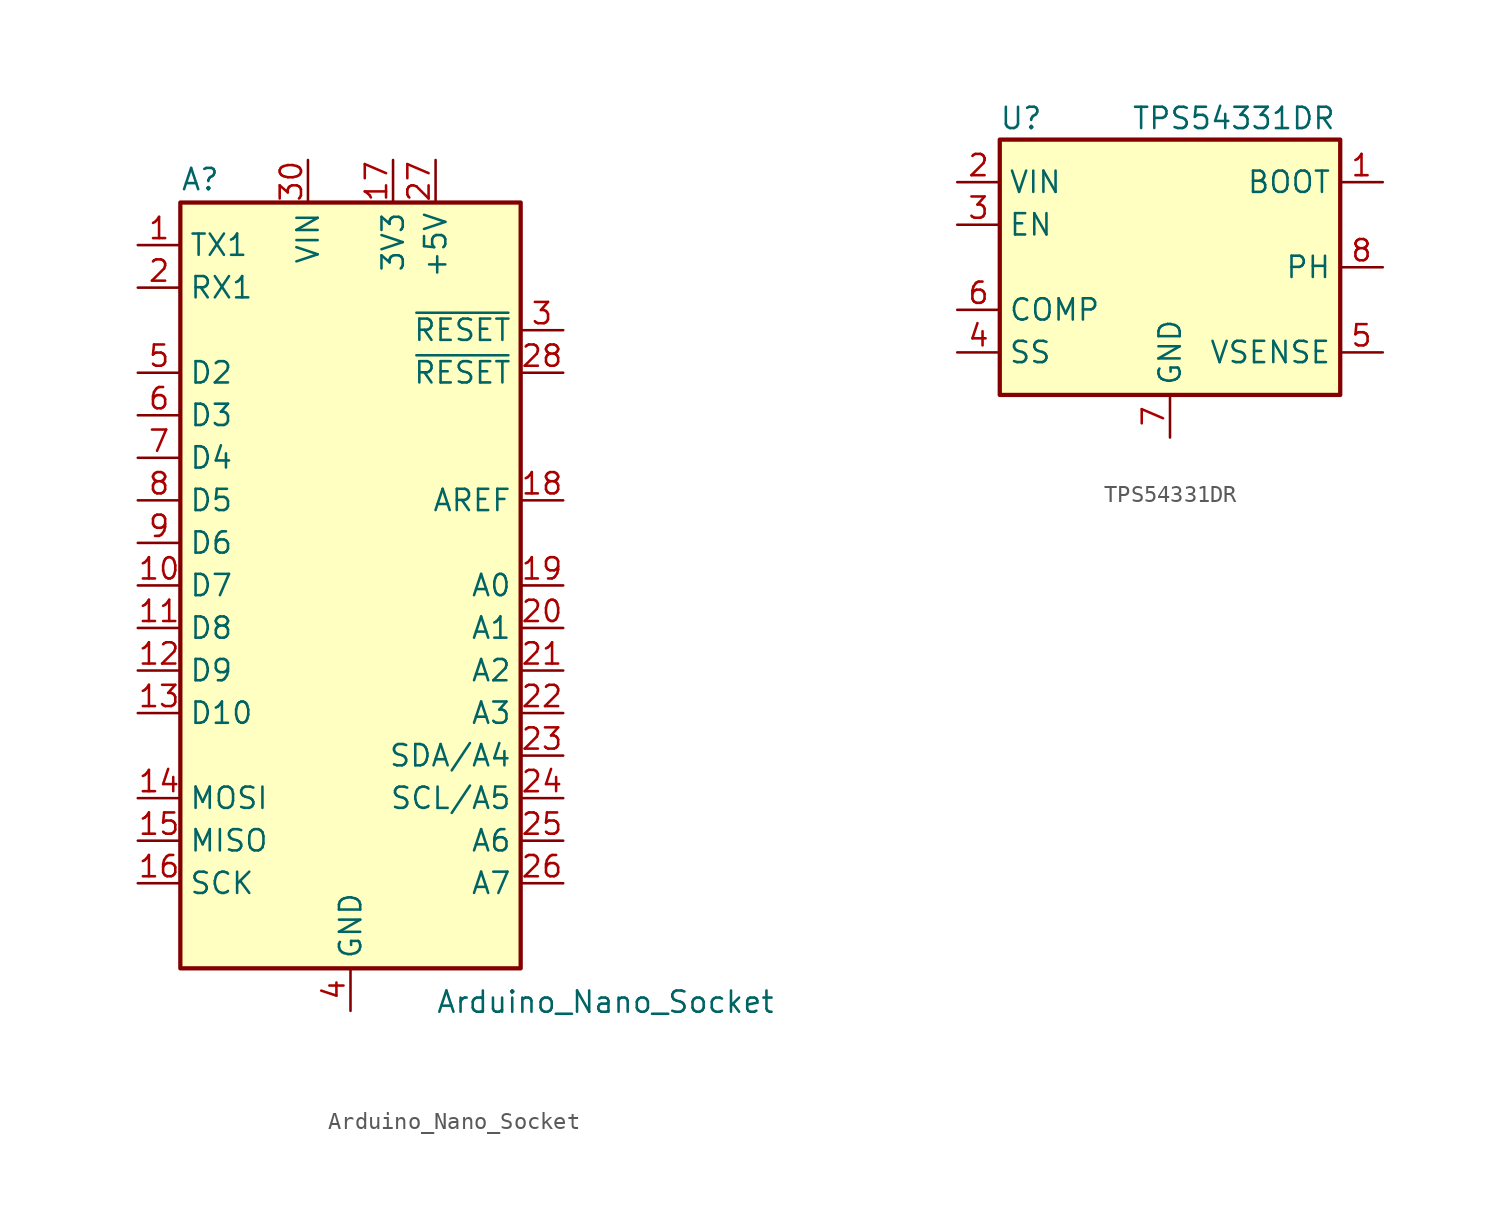
<source format=kicad_sym>
(kicad_symbol_lib
  (version 20211014)
  (generator kicad_symbol_editor)
  (symbol "Arduino_Nano_Socket"
    (property "Reference" "A"
      (at -10.16 23.495 0)
      (effects (font (size 1.27 1.27)) (justify left bottom)))
    (property "Value" "Arduino_Nano_Socket"
      (at 5.08 -24.13 0)
      (effects (font (size 1.27 1.27)) (justify left top)))
    (symbol "Arduino_Nano_Socket_0_1"
      (rectangle (start -10.16 22.86) (end 10.16 -22.86) (stroke (width 0.254) (type default) (color 0 0 0 0)) (fill (type background))))
    (symbol "Arduino_Nano_Socket_1_1"
      (pin bidirectional line (at -12.7 20.32 0) (length 2.54) (name "TX1" (effects (font (size 1.27 1.27)))) (number "1" (effects (font (size 1.27 1.27)))))
      (pin bidirectional line (at -12.7 0 0) (length 2.54) (name "D7" (effects (font (size 1.27 1.27)))) (number "10" (effects (font (size 1.27 1.27)))))
      (pin bidirectional line (at -12.7 -2.54 0) (length 2.54) (name "D8" (effects (font (size 1.27 1.27)))) (number "11" (effects (font (size 1.27 1.27)))))
      (pin bidirectional line (at -12.7 -5.08 0) (length 2.54) (name "D9" (effects (font (size 1.27 1.27)))) (number "12" (effects (font (size 1.27 1.27)))))
      (pin bidirectional line (at -12.7 -7.62 0) (length 2.54) (name "D10" (effects (font (size 1.27 1.27)))) (number "13" (effects (font (size 1.27 1.27)))))
      (pin bidirectional line (at -12.7 -12.7 0) (length 2.54) (name "MOSI" (effects (font (size 1.27 1.27)))) (number "14" (effects (font (size 1.27 1.27)))))
      (pin bidirectional line (at -12.7 -15.24 0) (length 2.54) (name "MISO" (effects (font (size 1.27 1.27)))) (number "15" (effects (font (size 1.27 1.27)))))
      (pin bidirectional line (at -12.7 -17.78 0) (length 2.54) (name "SCK" (effects (font (size 1.27 1.27)))) (number "16" (effects (font (size 1.27 1.27)))))
      (pin power_in line (at 2.54 25.4 270) (length 2.54) (name "3V3" (effects (font (size 1.27 1.27)))) (number "17" (effects (font (size 1.27 1.27)))))
      (pin input line (at 12.7 5.08 180) (length 2.54) (name "AREF" (effects (font (size 1.27 1.27)))) (number "18" (effects (font (size 1.27 1.27)))))
      (pin bidirectional line (at 12.7 0 180) (length 2.54) (name "A0" (effects (font (size 1.27 1.27)))) (number "19" (effects (font (size 1.27 1.27)))))
      (pin bidirectional line (at -12.7 17.78 0) (length 2.54) (name "RX1" (effects (font (size 1.27 1.27)))) (number "2" (effects (font (size 1.27 1.27)))))
      (pin bidirectional line (at 12.7 -2.54 180) (length 2.54) (name "A1" (effects (font (size 1.27 1.27)))) (number "20" (effects (font (size 1.27 1.27)))))
      (pin bidirectional line (at 12.7 -5.08 180) (length 2.54) (name "A2" (effects (font (size 1.27 1.27)))) (number "21" (effects (font (size 1.27 1.27)))))
      (pin bidirectional line (at 12.7 -7.62 180) (length 2.54) (name "A3" (effects (font (size 1.27 1.27)))) (number "22" (effects (font (size 1.27 1.27)))))
      (pin bidirectional line (at 12.7 -10.16 180) (length 2.54) (name "SDA/A4" (effects (font (size 1.27 1.27)))) (number "23" (effects (font (size 1.27 1.27)))))
      (pin bidirectional line (at 12.7 -12.7 180) (length 2.54) (name "SCL/A5" (effects (font (size 1.27 1.27)))) (number "24" (effects (font (size 1.27 1.27)))))
      (pin bidirectional line (at 12.7 -15.24 180) (length 2.54) (name "A6" (effects (font (size 1.27 1.27)))) (number "25" (effects (font (size 1.27 1.27)))))
      (pin bidirectional line (at 12.7 -17.78 180) (length 2.54) (name "A7" (effects (font (size 1.27 1.27)))) (number "26" (effects (font (size 1.27 1.27)))))
      (pin power_in line (at 5.08 25.4 270) (length 2.54) (name "+5V" (effects (font (size 1.27 1.27)))) (number "27" (effects (font (size 1.27 1.27)))))
      (pin input line (at 12.7 12.7 180) (length 2.54) (name "~{RESET}" (effects (font (size 1.27 1.27)))) (number "28" (effects (font (size 1.27 1.27)))))
      (pin passive line (at 0 -25.4 90) (length 2.54) hide (name "GND" (effects (font (size 1.27 1.27)))) (number "29" (effects (font (size 1.27 1.27)))))
      (pin input line (at 12.7 15.24 180) (length 2.54) (name "~{RESET}" (effects (font (size 1.27 1.27)))) (number "3" (effects (font (size 1.27 1.27)))))
      (pin power_in line (at -2.54 25.4 270) (length 2.54) (name "VIN" (effects (font (size 1.27 1.27)))) (number "30" (effects (font (size 1.27 1.27)))))
      (pin power_in line (at 0 -25.4 90) (length 2.54) (name "GND" (effects (font (size 1.27 1.27)))) (number "4" (effects (font (size 1.27 1.27)))))
      (pin bidirectional line (at -12.7 12.7 0) (length 2.54) (name "D2" (effects (font (size 1.27 1.27)))) (number "5" (effects (font (size 1.27 1.27)))))
      (pin bidirectional line (at -12.7 10.16 0) (length 2.54) (name "D3" (effects (font (size 1.27 1.27)))) (number "6" (effects (font (size 1.27 1.27)))))
      (pin bidirectional line (at -12.7 7.62 0) (length 2.54) (name "D4" (effects (font (size 1.27 1.27)))) (number "7" (effects (font (size 1.27 1.27)))))
      (pin bidirectional line (at -12.7 5.08 0) (length 2.54) (name "D5" (effects (font (size 1.27 1.27)))) (number "8" (effects (font (size 1.27 1.27)))))
      (pin bidirectional line (at -12.7 2.54 0) (length 2.54) (name "D6" (effects (font (size 1.27 1.27)))) (number "9" (effects (font (size 1.27 1.27)))))))
  (symbol "TPS54331DR"
    (property "Reference" "U"
      (at -8.89 8.89 0)
      (effects (font (size 1.27 1.27))))
    (property "Value" "TPS54331DR"
      (at 3.81 8.89 0)
      (effects (font (size 1.27 1.27))))
    (symbol "TPS54331DR_1_1"
      (rectangle (start -10.16 7.62) (end 10.16 -7.62) (stroke (width 0.254) (type default) (color 0 0 0 0)) (fill (type background)))
      (pin output line (at 12.7 5.08 180) (length 2.54) (name "BOOT" (effects (font (size 1.27 1.27)))) (number "1" (effects (font (size 1.27 1.27)))))
      (pin power_in line (at -12.7 5.08 0) (length 2.54) (name "VIN" (effects (font (size 1.27 1.27)))) (number "2" (effects (font (size 1.27 1.27)))))
      (pin input line (at -12.7 2.54 0) (length 2.54) (name "EN" (effects (font (size 1.27 1.27)))) (number "3" (effects (font (size 1.27 1.27)))))
      (pin output line (at -12.7 -5.08 0) (length 2.54) (name "SS" (effects (font (size 1.27 1.27)))) (number "4" (effects (font (size 1.27 1.27)))))
      (pin input line (at 12.7 -5.08 180) (length 2.54) (name "VSENSE" (effects (font (size 1.27 1.27)))) (number "5" (effects (font (size 1.27 1.27)))))
      (pin output line (at -12.7 -2.54 0) (length 2.54) (name "COMP" (effects (font (size 1.27 1.27)))) (number "6" (effects (font (size 1.27 1.27)))))
      (pin power_in line (at 0 -10.16 90) (length 2.54) (name "GND" (effects (font (size 1.27 1.27)))) (number "7" (effects (font (size 1.27 1.27)))))
      (pin output line (at 12.7 0 180) (length 2.54) (name "PH" (effects (font (size 1.27 1.27)))) (number "8" (effects (font (size 1.27 1.27))))))))
</source>
